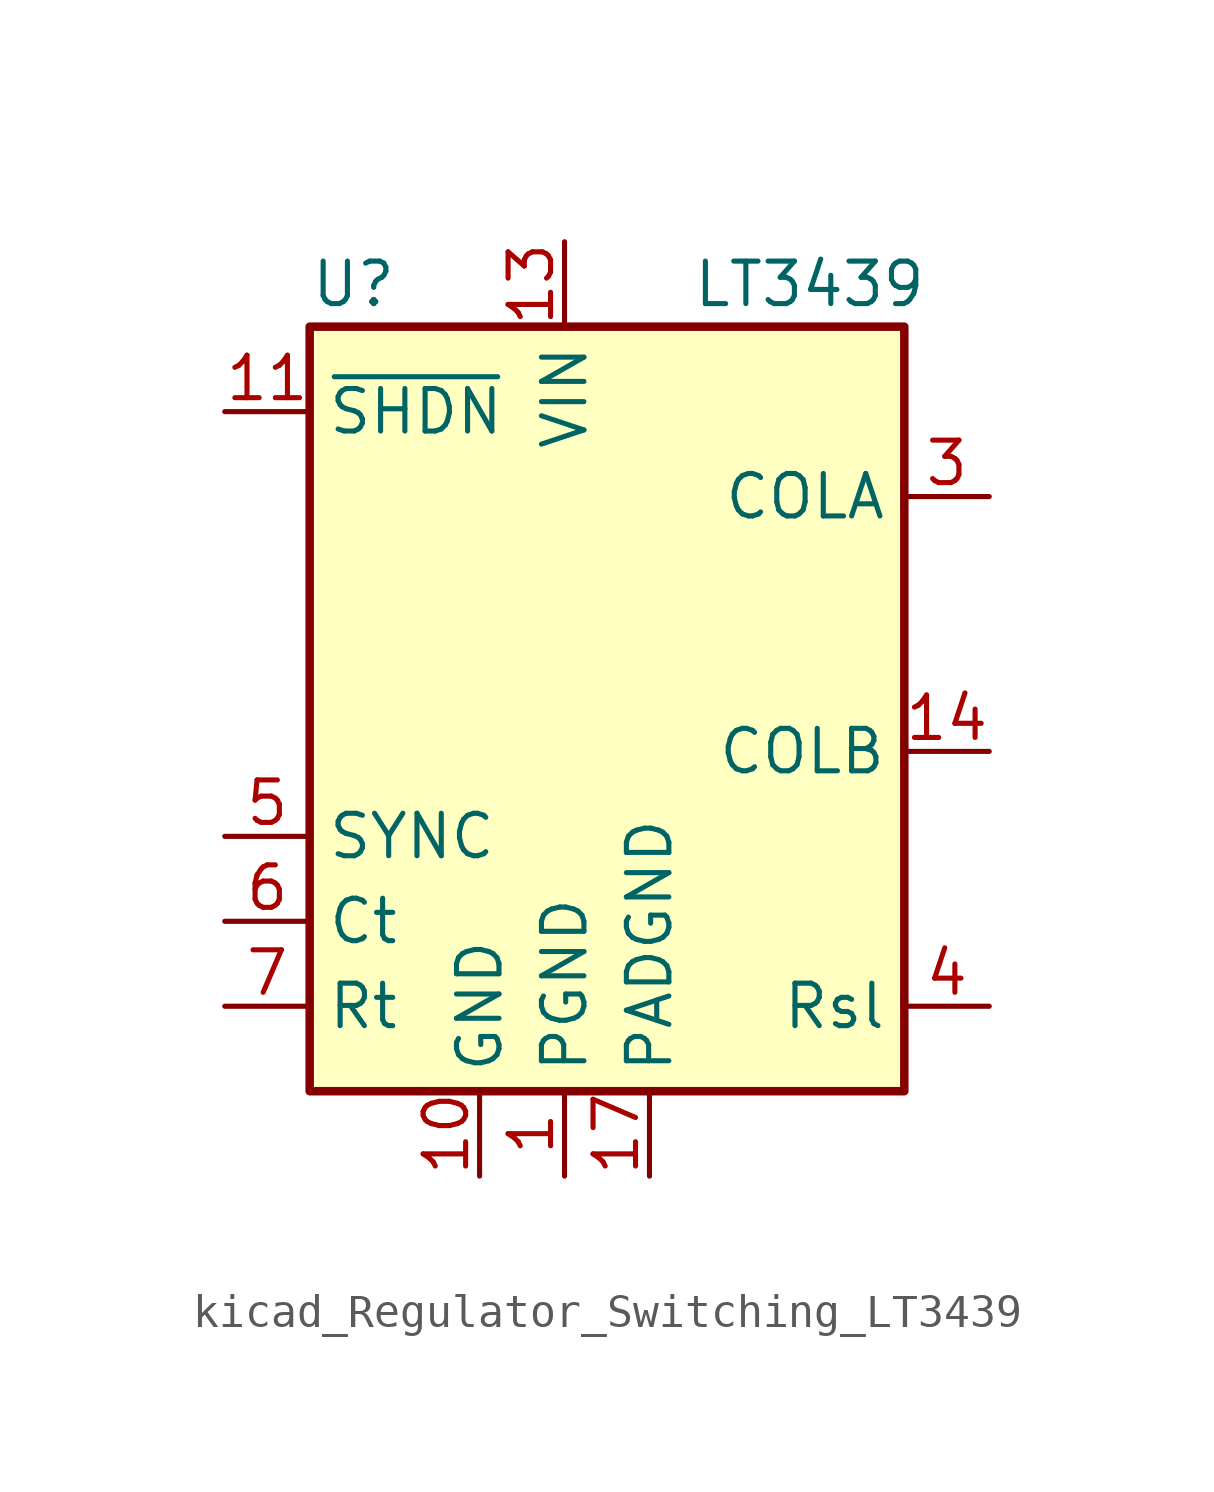
<source format=kicad_sym>
(kicad_symbol_lib
  (version 20220914)
  (generator kicad_symbol_editor)
  (symbol "kicad_Regulator_Switching_LT3439"
    (property "Reference" "U"
      (at -7.62 11.43 0)
      (effects (font (size 1.27 1.27)) (justify left)))
    (property "Value" "LT3439"
      (at 3.81 11.43 0)
      (effects (font (size 1.27 1.27)) (justify left)))
    (symbol "kicad_Regulator_Switching_LT3439_0_1"
      (rectangle (start -7.62 10.16) (end 10.16 -12.7) (stroke (width 0.254) (type default)) (fill (type background))))
    (symbol "kicad_Regulator_Switching_LT3439_1_1"
      (pin power_in line (at 0 -15.24 90) (length 2.54) (name "PGND" (effects (font (size 1.27 1.27)))) (number "1" (effects (font (size 1.27 1.27)))))
      (pin power_in line (at -2.54 -15.24 90) (length 2.54) (name "GND" (effects (font (size 1.27 1.27)))) (number "10" (effects (font (size 1.27 1.27)))))
      (pin input line (at -10.16 7.62 0) (length 2.54) (name "~{SHDN}" (effects (font (size 1.27 1.27)))) (number "11" (effects (font (size 1.27 1.27)))))
      (pin no_connect line (at -7.62 -2.54 0) (length 2.54) hide (name "NC" (effects (font (size 1.27 1.27)))) (number "12" (effects (font (size 1.27 1.27)))))
      (pin power_in line (at 0 12.7 270) (length 2.54) (name "VIN" (effects (font (size 1.27 1.27)))) (number "13" (effects (font (size 1.27 1.27)))))
      (pin output line (at 12.7 -2.54 180) (length 2.54) (name "COLB" (effects (font (size 1.27 1.27)))) (number "14" (effects (font (size 1.27 1.27)))))
      (pin no_connect line (at 10.16 0 180) (length 2.54) hide (name "NC" (effects (font (size 1.27 1.27)))) (number "15" (effects (font (size 1.27 1.27)))))
      (pin passive line (at 0 -15.24 90) (length 2.54) hide (name "PGND" (effects (font (size 1.27 1.27)))) (number "16" (effects (font (size 1.27 1.27)))))
      (pin power_in line (at 2.54 -15.24 90) (length 2.54) (name "PADGND" (effects (font (size 1.27 1.27)))) (number "17" (effects (font (size 1.27 1.27)))))
      (pin no_connect line (at -7.62 5.08 0) (length 2.54) hide (name "NC" (effects (font (size 1.27 1.27)))) (number "2" (effects (font (size 1.27 1.27)))))
      (pin output line (at 12.7 5.08 180) (length 2.54) (name "COLA" (effects (font (size 1.27 1.27)))) (number "3" (effects (font (size 1.27 1.27)))))
      (pin passive line (at 12.7 -10.16 180) (length 2.54) (name "Rsl" (effects (font (size 1.27 1.27)))) (number "4" (effects (font (size 1.27 1.27)))))
      (pin passive line (at -10.16 -5.08 0) (length 2.54) (name "SYNC" (effects (font (size 1.27 1.27)))) (number "5" (effects (font (size 1.27 1.27)))))
      (pin passive line (at -10.16 -7.62 0) (length 2.54) (name "Ct" (effects (font (size 1.27 1.27)))) (number "6" (effects (font (size 1.27 1.27)))))
      (pin passive line (at -10.16 -10.16 0) (length 2.54) (name "Rt" (effects (font (size 1.27 1.27)))) (number "7" (effects (font (size 1.27 1.27)))))
      (pin no_connect line (at -7.62 2.54 0) (length 2.54) hide (name "NC" (effects (font (size 1.27 1.27)))) (number "8" (effects (font (size 1.27 1.27)))))
      (pin no_connect line (at -7.62 0 0) (length 2.54) hide (name "NC" (effects (font (size 1.27 1.27)))) (number "9" (effects (font (size 1.27 1.27))))))))
</source>
